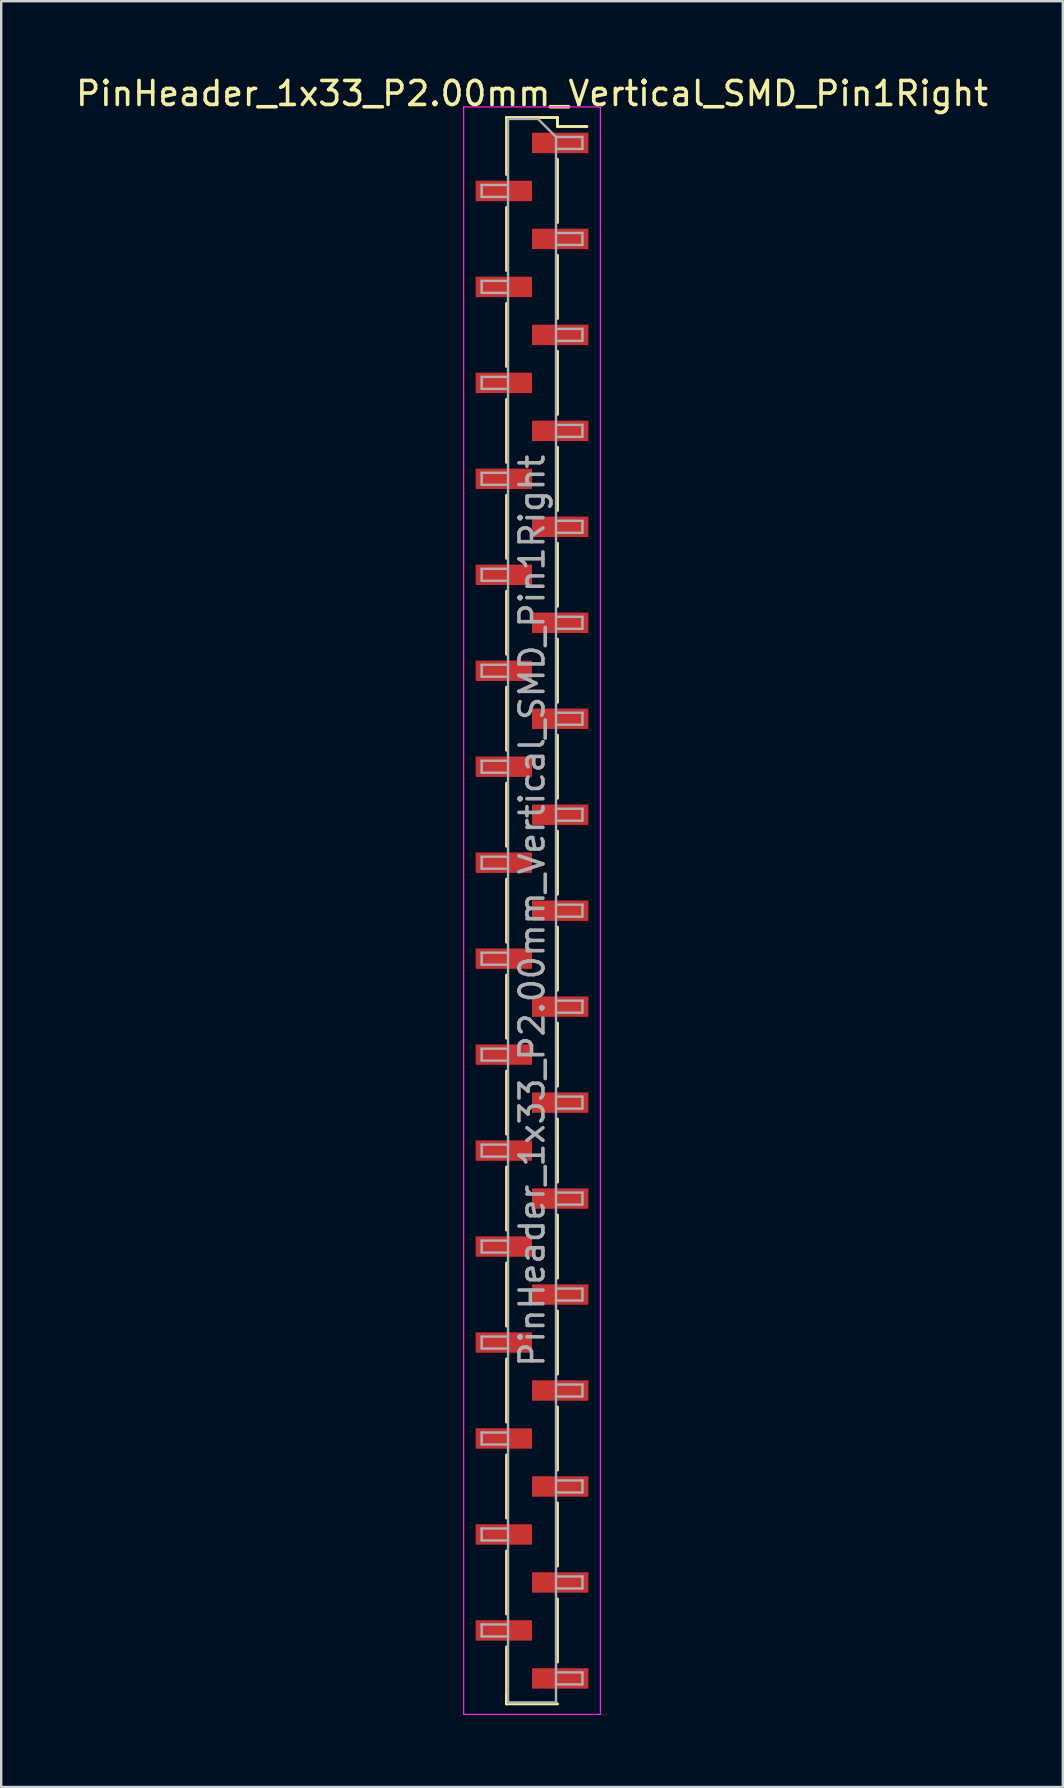
<source format=kicad_pcb>
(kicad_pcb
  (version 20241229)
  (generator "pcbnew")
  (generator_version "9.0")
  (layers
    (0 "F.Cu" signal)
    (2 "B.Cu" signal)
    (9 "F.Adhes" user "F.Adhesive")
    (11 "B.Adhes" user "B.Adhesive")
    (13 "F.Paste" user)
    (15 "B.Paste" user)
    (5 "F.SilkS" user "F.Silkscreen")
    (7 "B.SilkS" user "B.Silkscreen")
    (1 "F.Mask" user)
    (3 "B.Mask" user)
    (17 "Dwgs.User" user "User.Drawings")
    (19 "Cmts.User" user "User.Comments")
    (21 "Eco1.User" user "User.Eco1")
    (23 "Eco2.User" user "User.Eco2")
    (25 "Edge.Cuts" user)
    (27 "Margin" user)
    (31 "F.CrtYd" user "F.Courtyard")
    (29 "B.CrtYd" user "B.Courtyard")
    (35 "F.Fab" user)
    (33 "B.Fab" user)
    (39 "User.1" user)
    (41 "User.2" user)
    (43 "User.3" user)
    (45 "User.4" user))
  (footprint "PinHeader_1x33_P2.00mm_Vertical_SMD_Pin1Right"
    (layer "F.Cu")
    (at 19.125 34.908)
    (property "Reference" "PinHeader_1x33_P2.00mm_Vertical_SMD_Pin1Right" (at 0 -34.06 0) (layer "F.SilkS") (effects (font (size 1 1) (thickness 0.15))))
    (attr smd)
    (fp_line (start -1.06 -33.06) (end -1.06 -30.685) (stroke (width 0.12) (type solid)) (layer "F.SilkS"))
    (fp_line (start -1.06 -33.06) (end 1.06 -33.06) (stroke (width 0.12) (type solid)) (layer "F.SilkS"))
    (fp_line (start -1.06 -29.315) (end -1.06 -26.685) (stroke (width 0.12) (type solid)) (layer "F.SilkS"))
    (fp_line (start -1.06 -25.315) (end -1.06 -22.685) (stroke (width 0.12) (type solid)) (layer "F.SilkS"))
    (fp_line (start -1.06 -21.315) (end -1.06 -18.685) (stroke (width 0.12) (type solid)) (layer "F.SilkS"))
    (fp_line (start -1.06 -17.315) (end -1.06 -14.685) (stroke (width 0.12) (type solid)) (layer "F.SilkS"))
    (fp_line (start -1.06 -13.315) (end -1.06 -10.685) (stroke (width 0.12) (type solid)) (layer "F.SilkS"))
    (fp_line (start -1.06 -9.315) (end -1.06 -6.685) (stroke (width 0.12) (type solid)) (layer "F.SilkS"))
    (fp_line (start -1.06 -5.315) (end -1.06 -2.685) (stroke (width 0.12) (type solid)) (layer "F.SilkS"))
    (fp_line (start -1.06 -1.315) (end -1.06 1.315) (stroke (width 0.12) (type solid)) (layer "F.SilkS"))
    (fp_line (start -1.06 2.685) (end -1.06 5.315) (stroke (width 0.12) (type solid)) (layer "F.SilkS"))
    (fp_line (start -1.06 6.685) (end -1.06 9.315) (stroke (width 0.12) (type solid)) (layer "F.SilkS"))
    (fp_line (start -1.06 10.685) (end -1.06 13.315) (stroke (width 0.12) (type solid)) (layer "F.SilkS"))
    (fp_line (start -1.06 14.685) (end -1.06 17.315) (stroke (width 0.12) (type solid)) (layer "F.SilkS"))
    (fp_line (start -1.06 18.685) (end -1.06 21.315) (stroke (width 0.12) (type solid)) (layer "F.SilkS"))
    (fp_line (start -1.06 22.685) (end -1.06 25.315) (stroke (width 0.12) (type solid)) (layer "F.SilkS"))
    (fp_line (start -1.06 26.685) (end -1.06 29.315) (stroke (width 0.12) (type solid)) (layer "F.SilkS"))
    (fp_line (start -1.06 30.685) (end -1.06 33.06) (stroke (width 0.12) (type solid)) (layer "F.SilkS"))
    (fp_line (start -1.06 32.685) (end -1.06 33.06) (stroke (width 0.12) (type solid)) (layer "F.SilkS"))
    (fp_line (start -1.06 33.06) (end 1.06 33.06) (stroke (width 0.12) (type solid)) (layer "F.SilkS"))
    (fp_line (start 1.06 -33.06) (end 1.06 -32.685) (stroke (width 0.12) (type solid)) (layer "F.SilkS"))
    (fp_line (start 1.06 -32.685) (end 2.29 -32.685) (stroke (width 0.12) (type solid)) (layer "F.SilkS"))
    (fp_line (start 1.06 -31.315) (end 1.06 -28.685) (stroke (width 0.12) (type solid)) (layer "F.SilkS"))
    (fp_line (start 1.06 -27.315) (end 1.06 -24.685) (stroke (width 0.12) (type solid)) (layer "F.SilkS"))
    (fp_line (start 1.06 -23.315) (end 1.06 -20.685) (stroke (width 0.12) (type solid)) (layer "F.SilkS"))
    (fp_line (start 1.06 -19.315) (end 1.06 -16.685) (stroke (width 0.12) (type solid)) (layer "F.SilkS"))
    (fp_line (start 1.06 -15.315) (end 1.06 -12.685) (stroke (width 0.12) (type solid)) (layer "F.SilkS"))
    (fp_line (start 1.06 -11.315) (end 1.06 -8.685) (stroke (width 0.12) (type solid)) (layer "F.SilkS"))
    (fp_line (start 1.06 -7.315) (end 1.06 -4.685) (stroke (width 0.12) (type solid)) (layer "F.SilkS"))
    (fp_line (start 1.06 -3.315) (end 1.06 -0.685) (stroke (width 0.12) (type solid)) (layer "F.SilkS"))
    (fp_line (start 1.06 0.685) (end 1.06 3.315) (stroke (width 0.12) (type solid)) (layer "F.SilkS"))
    (fp_line (start 1.06 4.685) (end 1.06 7.315) (stroke (width 0.12) (type solid)) (layer "F.SilkS"))
    (fp_line (start 1.06 8.685) (end 1.06 11.315) (stroke (width 0.12) (type solid)) (layer "F.SilkS"))
    (fp_line (start 1.06 12.685) (end 1.06 15.315) (stroke (width 0.12) (type solid)) (layer "F.SilkS"))
    (fp_line (start 1.06 16.685) (end 1.06 19.315) (stroke (width 0.12) (type solid)) (layer "F.SilkS"))
    (fp_line (start 1.06 20.685) (end 1.06 23.315) (stroke (width 0.12) (type solid)) (layer "F.SilkS"))
    (fp_line (start 1.06 24.685) (end 1.06 27.315) (stroke (width 0.12) (type solid)) (layer "F.SilkS"))
    (fp_line (start 1.06 28.685) (end 1.06 31.315) (stroke (width 0.12) (type solid)) (layer "F.SilkS"))
    (fp_line (start -2.85 -33.5) (end -2.85 33.5) (stroke (width 0.05) (type solid)) (layer "F.CrtYd"))
    (fp_line (start -2.85 33.5) (end 2.85 33.5) (stroke (width 0.05) (type solid)) (layer "F.CrtYd"))
    (fp_line (start 2.85 -33.5) (end -2.85 -33.5) (stroke (width 0.05) (type solid)) (layer "F.CrtYd"))
    (fp_line (start 2.85 33.5) (end 2.85 -33.5) (stroke (width 0.05) (type solid)) (layer "F.CrtYd"))
    (fp_line (start -2.1 -30.25) (end -2.1 -29.75) (stroke (width 0.1) (type solid)) (layer "F.Fab"))
    (fp_line (start -2.1 -29.75) (end -1 -29.75) (stroke (width 0.1) (type solid)) (layer "F.Fab"))
    (fp_line (start -2.1 -26.25) (end -2.1 -25.75) (stroke (width 0.1) (type solid)) (layer "F.Fab"))
    (fp_line (start -2.1 -25.75) (end -1 -25.75) (stroke (width 0.1) (type solid)) (layer "F.Fab"))
    (fp_line (start -2.1 -22.25) (end -2.1 -21.75) (stroke (width 0.1) (type solid)) (layer "F.Fab"))
    (fp_line (start -2.1 -21.75) (end -1 -21.75) (stroke (width 0.1) (type solid)) (layer "F.Fab"))
    (fp_line (start -2.1 -18.25) (end -2.1 -17.75) (stroke (width 0.1) (type solid)) (layer "F.Fab"))
    (fp_line (start -2.1 -17.75) (end -1 -17.75) (stroke (width 0.1) (type solid)) (layer "F.Fab"))
    (fp_line (start -2.1 -14.25) (end -2.1 -13.75) (stroke (width 0.1) (type solid)) (layer "F.Fab"))
    (fp_line (start -2.1 -13.75) (end -1 -13.75) (stroke (width 0.1) (type solid)) (layer "F.Fab"))
    (fp_line (start -2.1 -10.25) (end -2.1 -9.75) (stroke (width 0.1) (type solid)) (layer "F.Fab"))
    (fp_line (start -2.1 -9.75) (end -1 -9.75) (stroke (width 0.1) (type solid)) (layer "F.Fab"))
    (fp_line (start -2.1 -6.25) (end -2.1 -5.75) (stroke (width 0.1) (type solid)) (layer "F.Fab"))
    (fp_line (start -2.1 -5.75) (end -1 -5.75) (stroke (width 0.1) (type solid)) (layer "F.Fab"))
    (fp_line (start -2.1 -2.25) (end -2.1 -1.75) (stroke (width 0.1) (type solid)) (layer "F.Fab"))
    (fp_line (start -2.1 -1.75) (end -1 -1.75) (stroke (width 0.1) (type solid)) (layer "F.Fab"))
    (fp_line (start -2.1 1.75) (end -2.1 2.25) (stroke (width 0.1) (type solid)) (layer "F.Fab"))
    (fp_line (start -2.1 2.25) (end -1 2.25) (stroke (width 0.1) (type solid)) (layer "F.Fab"))
    (fp_line (start -2.1 5.75) (end -2.1 6.25) (stroke (width 0.1) (type solid)) (layer "F.Fab"))
    (fp_line (start -2.1 6.25) (end -1 6.25) (stroke (width 0.1) (type solid)) (layer "F.Fab"))
    (fp_line (start -2.1 9.75) (end -2.1 10.25) (stroke (width 0.1) (type solid)) (layer "F.Fab"))
    (fp_line (start -2.1 10.25) (end -1 10.25) (stroke (width 0.1) (type solid)) (layer "F.Fab"))
    (fp_line (start -2.1 13.75) (end -2.1 14.25) (stroke (width 0.1) (type solid)) (layer "F.Fab"))
    (fp_line (start -2.1 14.25) (end -1 14.25) (stroke (width 0.1) (type solid)) (layer "F.Fab"))
    (fp_line (start -2.1 17.75) (end -2.1 18.25) (stroke (width 0.1) (type solid)) (layer "F.Fab"))
    (fp_line (start -2.1 18.25) (end -1 18.25) (stroke (width 0.1) (type solid)) (layer "F.Fab"))
    (fp_line (start -2.1 21.75) (end -2.1 22.25) (stroke (width 0.1) (type solid)) (layer "F.Fab"))
    (fp_line (start -2.1 22.25) (end -1 22.25) (stroke (width 0.1) (type solid)) (layer "F.Fab"))
    (fp_line (start -2.1 25.75) (end -2.1 26.25) (stroke (width 0.1) (type solid)) (layer "F.Fab"))
    (fp_line (start -2.1 26.25) (end -1 26.25) (stroke (width 0.1) (type solid)) (layer "F.Fab"))
    (fp_line (start -2.1 29.75) (end -2.1 30.25) (stroke (width 0.1) (type solid)) (layer "F.Fab"))
    (fp_line (start -2.1 30.25) (end -1 30.25) (stroke (width 0.1) (type solid)) (layer "F.Fab"))
    (fp_line (start -1 -33) (end -1 33) (stroke (width 0.1) (type solid)) (layer "F.Fab"))
    (fp_line (start -1 -33) (end 0.25 -33) (stroke (width 0.1) (type solid)) (layer "F.Fab"))
    (fp_line (start -1 -30.25) (end -2.1 -30.25) (stroke (width 0.1) (type solid)) (layer "F.Fab"))
    (fp_line (start -1 -26.25) (end -2.1 -26.25) (stroke (width 0.1) (type solid)) (layer "F.Fab"))
    (fp_line (start -1 -22.25) (end -2.1 -22.25) (stroke (width 0.1) (type solid)) (layer "F.Fab"))
    (fp_line (start -1 -18.25) (end -2.1 -18.25) (stroke (width 0.1) (type solid)) (layer "F.Fab"))
    (fp_line (start -1 -14.25) (end -2.1 -14.25) (stroke (width 0.1) (type solid)) (layer "F.Fab"))
    (fp_line (start -1 -10.25) (end -2.1 -10.25) (stroke (width 0.1) (type solid)) (layer "F.Fab"))
    (fp_line (start -1 -6.25) (end -2.1 -6.25) (stroke (width 0.1) (type solid)) (layer "F.Fab"))
    (fp_line (start -1 -2.25) (end -2.1 -2.25) (stroke (width 0.1) (type solid)) (layer "F.Fab"))
    (fp_line (start -1 1.75) (end -2.1 1.75) (stroke (width 0.1) (type solid)) (layer "F.Fab"))
    (fp_line (start -1 5.75) (end -2.1 5.75) (stroke (width 0.1) (type solid)) (layer "F.Fab"))
    (fp_line (start -1 9.75) (end -2.1 9.75) (stroke (width 0.1) (type solid)) (layer "F.Fab"))
    (fp_line (start -1 13.75) (end -2.1 13.75) (stroke (width 0.1) (type solid)) (layer "F.Fab"))
    (fp_line (start -1 17.75) (end -2.1 17.75) (stroke (width 0.1) (type solid)) (layer "F.Fab"))
    (fp_line (start -1 21.75) (end -2.1 21.75) (stroke (width 0.1) (type solid)) (layer "F.Fab"))
    (fp_line (start -1 25.75) (end -2.1 25.75) (stroke (width 0.1) (type solid)) (layer "F.Fab"))
    (fp_line (start -1 29.75) (end -2.1 29.75) (stroke (width 0.1) (type solid)) (layer "F.Fab"))
    (fp_line (start 1 -32.25) (end 0.25 -33) (stroke (width 0.1) (type solid)) (layer "F.Fab"))
    (fp_line (start 1 -32.25) (end 2.1 -32.25) (stroke (width 0.1) (type solid)) (layer "F.Fab"))
    (fp_line (start 1 -28.25) (end 2.1 -28.25) (stroke (width 0.1) (type solid)) (layer "F.Fab"))
    (fp_line (start 1 -24.25) (end 2.1 -24.25) (stroke (width 0.1) (type solid)) (layer "F.Fab"))
    (fp_line (start 1 -20.25) (end 2.1 -20.25) (stroke (width 0.1) (type solid)) (layer "F.Fab"))
    (fp_line (start 1 -16.25) (end 2.1 -16.25) (stroke (width 0.1) (type solid)) (layer "F.Fab"))
    (fp_line (start 1 -12.25) (end 2.1 -12.25) (stroke (width 0.1) (type solid)) (layer "F.Fab"))
    (fp_line (start 1 -8.25) (end 2.1 -8.25) (stroke (width 0.1) (type solid)) (layer "F.Fab"))
    (fp_line (start 1 -4.25) (end 2.1 -4.25) (stroke (width 0.1) (type solid)) (layer "F.Fab"))
    (fp_line (start 1 -0.25) (end 2.1 -0.25) (stroke (width 0.1) (type solid)) (layer "F.Fab"))
    (fp_line (start 1 3.75) (end 2.1 3.75) (stroke (width 0.1) (type solid)) (layer "F.Fab"))
    (fp_line (start 1 7.75) (end 2.1 7.75) (stroke (width 0.1) (type solid)) (layer "F.Fab"))
    (fp_line (start 1 11.75) (end 2.1 11.75) (stroke (width 0.1) (type solid)) (layer "F.Fab"))
    (fp_line (start 1 15.75) (end 2.1 15.75) (stroke (width 0.1) (type solid)) (layer "F.Fab"))
    (fp_line (start 1 19.75) (end 2.1 19.75) (stroke (width 0.1) (type solid)) (layer "F.Fab"))
    (fp_line (start 1 23.75) (end 2.1 23.75) (stroke (width 0.1) (type solid)) (layer "F.Fab"))
    (fp_line (start 1 27.75) (end 2.1 27.75) (stroke (width 0.1) (type solid)) (layer "F.Fab"))
    (fp_line (start 1 31.75) (end 2.1 31.75) (stroke (width 0.1) (type solid)) (layer "F.Fab"))
    (fp_line (start 1 33) (end -1 33) (stroke (width 0.1) (type solid)) (layer "F.Fab"))
    (fp_line (start 1 33) (end 1 -32.25) (stroke (width 0.1) (type solid)) (layer "F.Fab"))
    (fp_line (start 2.1 -32.25) (end 2.1 -31.75) (stroke (width 0.1) (type solid)) (layer "F.Fab"))
    (fp_line (start 2.1 -31.75) (end 1 -31.75) (stroke (width 0.1) (type solid)) (layer "F.Fab"))
    (fp_line (start 2.1 -28.25) (end 2.1 -27.75) (stroke (width 0.1) (type solid)) (layer "F.Fab"))
    (fp_line (start 2.1 -27.75) (end 1 -27.75) (stroke (width 0.1) (type solid)) (layer "F.Fab"))
    (fp_line (start 2.1 -24.25) (end 2.1 -23.75) (stroke (width 0.1) (type solid)) (layer "F.Fab"))
    (fp_line (start 2.1 -23.75) (end 1 -23.75) (stroke (width 0.1) (type solid)) (layer "F.Fab"))
    (fp_line (start 2.1 -20.25) (end 2.1 -19.75) (stroke (width 0.1) (type solid)) (layer "F.Fab"))
    (fp_line (start 2.1 -19.75) (end 1 -19.75) (stroke (width 0.1) (type solid)) (layer "F.Fab"))
    (fp_line (start 2.1 -16.25) (end 2.1 -15.75) (stroke (width 0.1) (type solid)) (layer "F.Fab"))
    (fp_line (start 2.1 -15.75) (end 1 -15.75) (stroke (width 0.1) (type solid)) (layer "F.Fab"))
    (fp_line (start 2.1 -12.25) (end 2.1 -11.75) (stroke (width 0.1) (type solid)) (layer "F.Fab"))
    (fp_line (start 2.1 -11.75) (end 1 -11.75) (stroke (width 0.1) (type solid)) (layer "F.Fab"))
    (fp_line (start 2.1 -8.25) (end 2.1 -7.75) (stroke (width 0.1) (type solid)) (layer "F.Fab"))
    (fp_line (start 2.1 -7.75) (end 1 -7.75) (stroke (width 0.1) (type solid)) (layer "F.Fab"))
    (fp_line (start 2.1 -4.25) (end 2.1 -3.75) (stroke (width 0.1) (type solid)) (layer "F.Fab"))
    (fp_line (start 2.1 -3.75) (end 1 -3.75) (stroke (width 0.1) (type solid)) (layer "F.Fab"))
    (fp_line (start 2.1 -0.25) (end 2.1 0.25) (stroke (width 0.1) (type solid)) (layer "F.Fab"))
    (fp_line (start 2.1 0.25) (end 1 0.25) (stroke (width 0.1) (type solid)) (layer "F.Fab"))
    (fp_line (start 2.1 3.75) (end 2.1 4.25) (stroke (width 0.1) (type solid)) (layer "F.Fab"))
    (fp_line (start 2.1 4.25) (end 1 4.25) (stroke (width 0.1) (type solid)) (layer "F.Fab"))
    (fp_line (start 2.1 7.75) (end 2.1 8.25) (stroke (width 0.1) (type solid)) (layer "F.Fab"))
    (fp_line (start 2.1 8.25) (end 1 8.25) (stroke (width 0.1) (type solid)) (layer "F.Fab"))
    (fp_line (start 2.1 11.75) (end 2.1 12.25) (stroke (width 0.1) (type solid)) (layer "F.Fab"))
    (fp_line (start 2.1 12.25) (end 1 12.25) (stroke (width 0.1) (type solid)) (layer "F.Fab"))
    (fp_line (start 2.1 15.75) (end 2.1 16.25) (stroke (width 0.1) (type solid)) (layer "F.Fab"))
    (fp_line (start 2.1 16.25) (end 1 16.25) (stroke (width 0.1) (type solid)) (layer "F.Fab"))
    (fp_line (start 2.1 19.75) (end 2.1 20.25) (stroke (width 0.1) (type solid)) (layer "F.Fab"))
    (fp_line (start 2.1 20.25) (end 1 20.25) (stroke (width 0.1) (type solid)) (layer "F.Fab"))
    (fp_line (start 2.1 23.75) (end 2.1 24.25) (stroke (width 0.1) (type solid)) (layer "F.Fab"))
    (fp_line (start 2.1 24.25) (end 1 24.25) (stroke (width 0.1) (type solid)) (layer "F.Fab"))
    (fp_line (start 2.1 27.75) (end 2.1 28.25) (stroke (width 0.1) (type solid)) (layer "F.Fab"))
    (fp_line (start 2.1 28.25) (end 1 28.25) (stroke (width 0.1) (type solid)) (layer "F.Fab"))
    (fp_line (start 2.1 31.75) (end 2.1 32.25) (stroke (width 0.1) (type solid)) (layer "F.Fab"))
    (fp_line (start 2.1 32.25) (end 1 32.25) (stroke (width 0.1) (type solid)) (layer "F.Fab"))
    (fp_text user "${REFERENCE}" (at 0 0 90) (layer "F.Fab") (effects (font (size 1 1) (thickness 0.15))))
    (pad "1" smd rect (at 1.175 -32) (size 2.35 0.85) (layers "F.Cu" "F.Mask" "F.Paste"))
    (pad "2" smd rect (at -1.175 -30) (size 2.35 0.85) (layers "F.Cu" "F.Mask" "F.Paste"))
    (pad "3" smd rect (at 1.175 -28) (size 2.35 0.85) (layers "F.Cu" "F.Mask" "F.Paste"))
    (pad "4" smd rect (at -1.175 -26) (size 2.35 0.85) (layers "F.Cu" "F.Mask" "F.Paste"))
    (pad "5" smd rect (at 1.175 -24) (size 2.35 0.85) (layers "F.Cu" "F.Mask" "F.Paste"))
    (pad "6" smd rect (at -1.175 -22) (size 2.35 0.85) (layers "F.Cu" "F.Mask" "F.Paste"))
    (pad "7" smd rect (at 1.175 -20) (size 2.35 0.85) (layers "F.Cu" "F.Mask" "F.Paste"))
    (pad "8" smd rect (at -1.175 -18) (size 2.35 0.85) (layers "F.Cu" "F.Mask" "F.Paste"))
    (pad "9" smd rect (at 1.175 -16) (size 2.35 0.85) (layers "F.Cu" "F.Mask" "F.Paste"))
    (pad "10" smd rect (at -1.175 -14) (size 2.35 0.85) (layers "F.Cu" "F.Mask" "F.Paste"))
    (pad "11" smd rect (at 1.175 -12) (size 2.35 0.85) (layers "F.Cu" "F.Mask" "F.Paste"))
    (pad "12" smd rect (at -1.175 -10) (size 2.35 0.85) (layers "F.Cu" "F.Mask" "F.Paste"))
    (pad "13" smd rect (at 1.175 -8) (size 2.35 0.85) (layers "F.Cu" "F.Mask" "F.Paste"))
    (pad "14" smd rect (at -1.175 -6) (size 2.35 0.85) (layers "F.Cu" "F.Mask" "F.Paste"))
    (pad "15" smd rect (at 1.175 -4) (size 2.35 0.85) (layers "F.Cu" "F.Mask" "F.Paste"))
    (pad "16" smd rect (at -1.175 -2) (size 2.35 0.85) (layers "F.Cu" "F.Mask" "F.Paste"))
    (pad "17" smd rect (at 1.175 0) (size 2.35 0.85) (layers "F.Cu" "F.Mask" "F.Paste"))
    (pad "18" smd rect (at -1.175 2) (size 2.35 0.85) (layers "F.Cu" "F.Mask" "F.Paste"))
    (pad "19" smd rect (at 1.175 4) (size 2.35 0.85) (layers "F.Cu" "F.Mask" "F.Paste"))
    (pad "20" smd rect (at -1.175 6) (size 2.35 0.85) (layers "F.Cu" "F.Mask" "F.Paste"))
    (pad "21" smd rect (at 1.175 8) (size 2.35 0.85) (layers "F.Cu" "F.Mask" "F.Paste"))
    (pad "22" smd rect (at -1.175 10) (size 2.35 0.85) (layers "F.Cu" "F.Mask" "F.Paste"))
    (pad "23" smd rect (at 1.175 12) (size 2.35 0.85) (layers "F.Cu" "F.Mask" "F.Paste"))
    (pad "24" smd rect (at -1.175 14) (size 2.35 0.85) (layers "F.Cu" "F.Mask" "F.Paste"))
    (pad "25" smd rect (at 1.175 16) (size 2.35 0.85) (layers "F.Cu" "F.Mask" "F.Paste"))
    (pad "26" smd rect (at -1.175 18) (size 2.35 0.85) (layers "F.Cu" "F.Mask" "F.Paste"))
    (pad "27" smd rect (at 1.175 20) (size 2.35 0.85) (layers "F.Cu" "F.Mask" "F.Paste"))
    (pad "28" smd rect (at -1.175 22) (size 2.35 0.85) (layers "F.Cu" "F.Mask" "F.Paste"))
    (pad "29" smd rect (at 1.175 24) (size 2.35 0.85) (layers "F.Cu" "F.Mask" "F.Paste"))
    (pad "30" smd rect (at -1.175 26) (size 2.35 0.85) (layers "F.Cu" "F.Mask" "F.Paste"))
    (pad "31" smd rect (at 1.175 28) (size 2.35 0.85) (layers "F.Cu" "F.Mask" "F.Paste"))
    (pad "32" smd rect (at -1.175 30) (size 2.35 0.85) (layers "F.Cu" "F.Mask" "F.Paste"))
    (pad "33" smd rect (at 1.175 32) (size 2.35 0.85) (layers "F.Cu" "F.Mask" "F.Paste")))
  (gr_rect
    (start -3 -3)
    (end 41.25 71.433)
    (stroke (width 0.1) (type default))
    (fill no)
    (layer "Edge.Cuts")))
</source>
